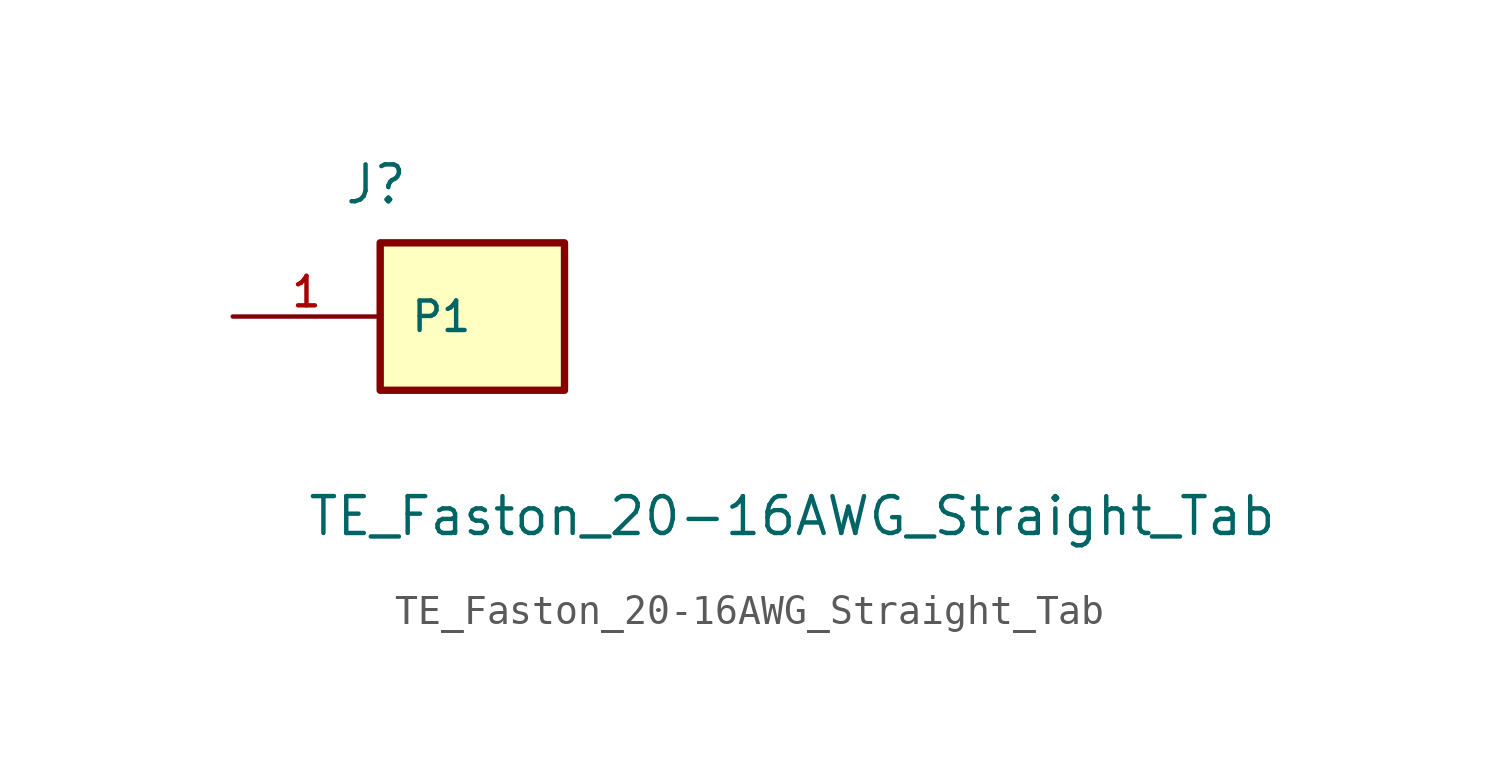
<source format=kicad_sym>
(kicad_symbol_lib
  (version 20211014)
  (generator kicad_symbol_editor)
  (symbol "TE_Faston_20-16AWG_Straight_Tab"
    (pin_names
      (offset 1.016))
    (property "Reference" "J"
      (at -3.81 3.81 0)
      (effects (font (size 1.27 1.27)) (justify left bottom)))
    (property "Value" "TE_Faston_20-16AWG_Straight_Tab"
      (at -5.08 -7.62 0)
      (effects (font (size 1.27 1.27)) (justify left bottom)))
    (symbol "TE_Faston_20-16AWG_Straight_Tab_0_0"
      (rectangle (start -2.54 2.54) (end 3.81 -2.54) (stroke (width 0.254) (type default) (color 0 0 0 0)) (fill (type background)))
      (pin passive line (at -7.62 0 0) (length 5.08) (name "P1" (effects (font (size 1.016 1.016)))) (number "1" (effects (font (size 1.016 1.016)))))
      (pin passive line (at -7.62 0 0) (length 5.08) hide (name "P1" (effects (font (size 1.016 1.016)))) (number "2" (effects (font (size 1.016 1.016))))))))
</source>
